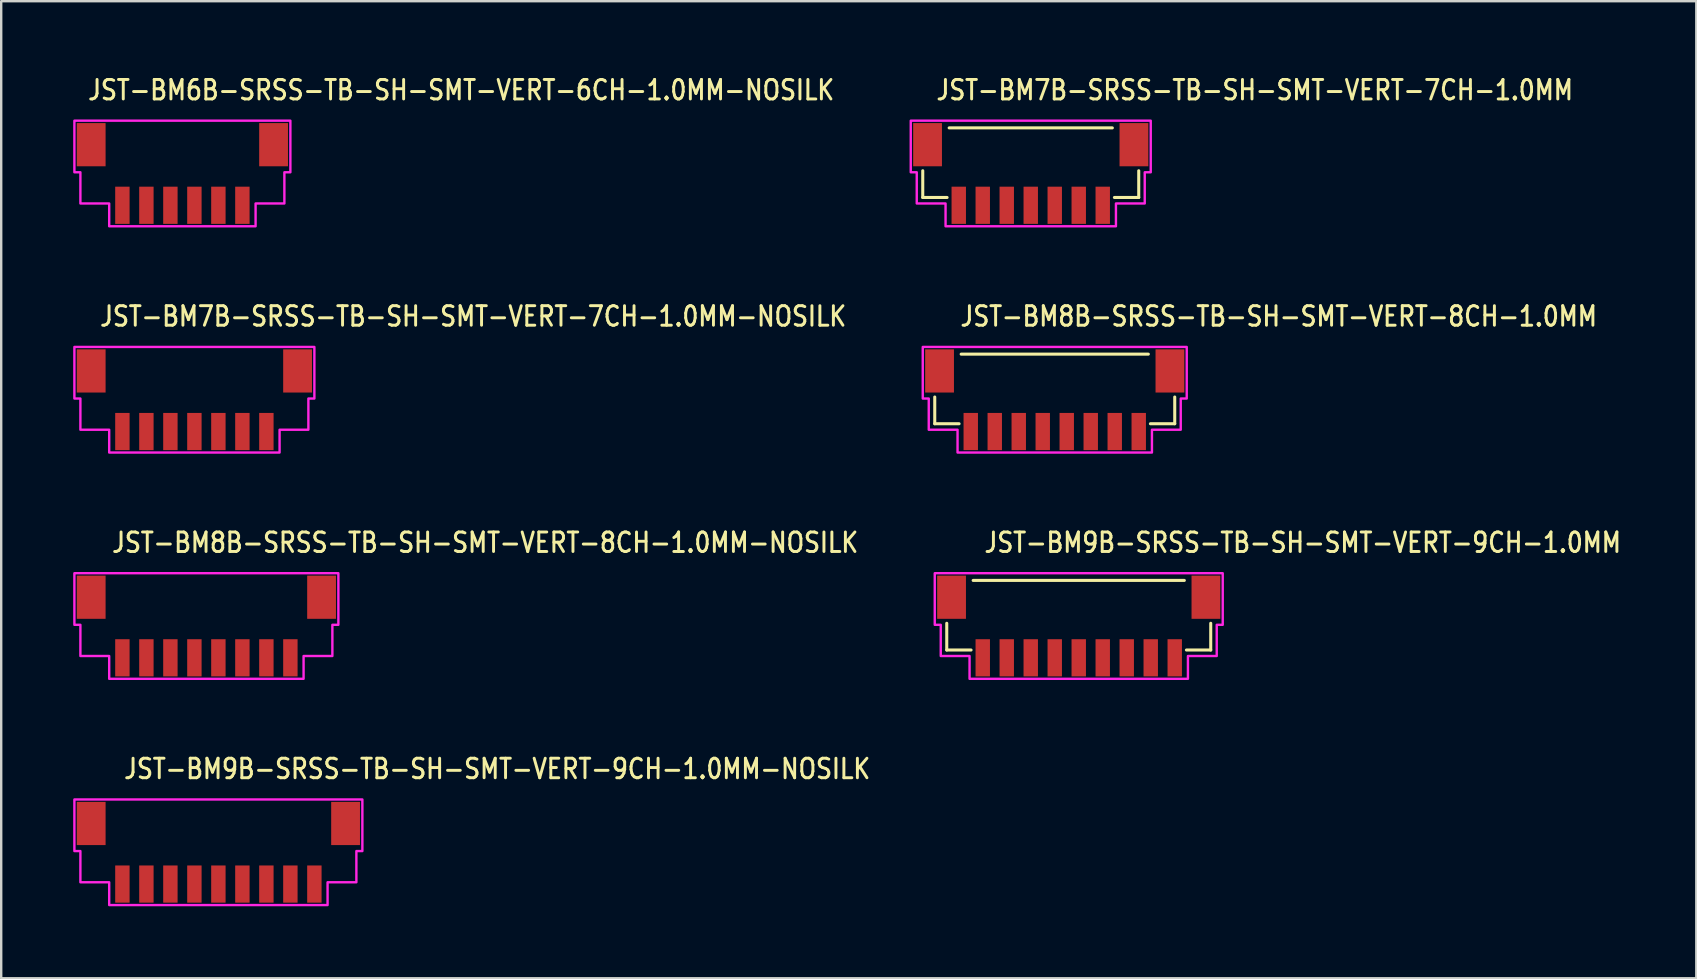
<source format=kicad_pcb>
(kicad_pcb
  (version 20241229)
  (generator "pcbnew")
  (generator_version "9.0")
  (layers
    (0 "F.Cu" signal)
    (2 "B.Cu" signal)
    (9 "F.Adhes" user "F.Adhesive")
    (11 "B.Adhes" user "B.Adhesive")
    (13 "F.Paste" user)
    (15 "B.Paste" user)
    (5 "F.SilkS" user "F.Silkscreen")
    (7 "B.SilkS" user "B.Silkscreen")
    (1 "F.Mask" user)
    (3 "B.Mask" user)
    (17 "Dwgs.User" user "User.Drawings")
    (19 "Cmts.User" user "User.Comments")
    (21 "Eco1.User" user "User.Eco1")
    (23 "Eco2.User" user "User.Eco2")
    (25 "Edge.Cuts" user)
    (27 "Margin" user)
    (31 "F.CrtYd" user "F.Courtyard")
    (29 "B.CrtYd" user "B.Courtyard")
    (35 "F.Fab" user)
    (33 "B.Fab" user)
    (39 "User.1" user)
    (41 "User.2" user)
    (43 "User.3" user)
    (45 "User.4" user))
  (footprint "JST-BM7B-SRSS-TB-SH-SMT-VERT-7CH-1.0MM"
    (layer "F.Cu")
    (at 39.901 4.179)
    (property "Reference" "JST-BM7B-SRSS-TB-SH-SMT-VERT-7CH-1.0MM" (at -4 -3 0) (unlocked yes) (layer "F.SilkS") (effects (font (size 0.813 0.695) (thickness 0.122)) (justify left bottom)))
    (fp_line (start -4.5 -0.114) (end -4.5 1) (stroke (width 0.127) (type solid)) (layer "F.SilkS"))
    (fp_line (start -4.5 1) (end -3.486 1) (stroke (width 0.127) (type solid)) (layer "F.SilkS"))
    (fp_line (start -3.4 -1.9) (end 3.4 -1.9) (stroke (width 0.127) (type solid)) (layer "F.SilkS"))
    (fp_line (start 3.486 1) (end 4.5 1) (stroke (width 0.127) (type solid)) (layer "F.SilkS"))
    (fp_line (start 4.5 1) (end 4.5 -0.114) (stroke (width 0.127) (type solid)) (layer "F.SilkS"))
    (fp_poly (pts (xy -5 -2.2) (xy -5 -0.05) (xy -4.75 -0.05) (xy -4.75 1.25) (xy -3.55 1.25) (xy -3.55 2.2) (xy 3.55 2.2) (xy 3.55 1.25) (xy 4.75 1.25) (xy 4.75 -0.05) (xy 5 -0.05) (xy 5 -2.2)) (stroke (width 0.1) (type solid)) (fill no) (layer "F.CrtYd"))
    (pad "1" smd rect (at -3 1.325) (size 0.6 1.55) (layers "F.Cu" "F.Mask" "F.Paste"))
    (pad "2" smd rect (at -2 1.325) (size 0.6 1.55) (layers "F.Cu" "F.Mask" "F.Paste"))
    (pad "3" smd rect (at -1 1.325) (size 0.6 1.55) (layers "F.Cu" "F.Mask" "F.Paste"))
    (pad "4" smd rect (at 0 1.325) (size 0.6 1.55) (layers "F.Cu" "F.Mask" "F.Paste"))
    (pad "5" smd rect (at 1 1.325) (size 0.6 1.55) (layers "F.Cu" "F.Mask" "F.Paste"))
    (pad "6" smd rect (at 2 1.325) (size 0.6 1.55) (layers "F.Cu" "F.Mask" "F.Paste"))
    (pad "7" smd rect (at 3 1.325) (size 0.6 1.55) (layers "F.Cu" "F.Mask" "F.Paste"))
    (pad "S_7" smd rect (at 4.3 -1.2) (size 1.2 1.8) (layers "F.Cu" "F.Mask" "F.Paste"))
    (pad "S_8" smd rect (at -4.3 -1.2) (size 1.2 1.8) (layers "F.Cu" "F.Mask" "F.Paste")))
  (footprint "JST-BM6B-SRSS-TB-SH-SMT-VERT-6CH-1.0MM-NOSILK"
    (layer "F.Cu")
    (at 4.55 4.179)
    (property "Reference" "JST-BM6B-SRSS-TB-SH-SMT-VERT-6CH-1.0MM-NOSILK" (at -4 -3 0) (unlocked yes) (layer "F.SilkS") (effects (font (size 0.813 0.695) (thickness 0.122)) (justify left bottom)))
    (fp_poly (pts (xy -4.5 -2.2) (xy -4.5 -0.05) (xy -4.25 -0.05) (xy -4.25 1.25) (xy -3.05 1.25) (xy -3.05 2.2) (xy 3.05 2.2) (xy 3.05 1.25) (xy 4.25 1.25) (xy 4.25 -0.05) (xy 4.5 -0.05) (xy 4.5 -2.2)) (stroke (width 0.1) (type solid)) (fill no) (layer "F.CrtYd"))
    (pad "1" smd rect (at -2.5 1.325) (size 0.6 1.55) (layers "F.Cu" "F.Mask" "F.Paste"))
    (pad "2" smd rect (at -1.5 1.325) (size 0.6 1.55) (layers "F.Cu" "F.Mask" "F.Paste"))
    (pad "3" smd rect (at -0.5 1.325) (size 0.6 1.55) (layers "F.Cu" "F.Mask" "F.Paste"))
    (pad "4" smd rect (at 0.5 1.325) (size 0.6 1.55) (layers "F.Cu" "F.Mask" "F.Paste"))
    (pad "5" smd rect (at 1.5 1.325) (size 0.6 1.55) (layers "F.Cu" "F.Mask" "F.Paste"))
    (pad "6" smd rect (at 2.5 1.325) (size 0.6 1.55) (layers "F.Cu" "F.Mask" "F.Paste"))
    (pad "S_6" smd rect (at 3.8 -1.2) (size 1.2 1.8) (layers "F.Cu" "F.Mask" "F.Paste"))
    (pad "S_7" smd rect (at -3.8 -1.2) (size 1.2 1.8) (layers "F.Cu" "F.Mask" "F.Paste")))
  (footprint "JST-BM9B-SRSS-TB-SH-SMT-VERT-9CH-1.0MM"
    (layer "F.Cu")
    (at 41.901 23.036)
    (property "Reference" "JST-BM9B-SRSS-TB-SH-SMT-VERT-9CH-1.0MM" (at -4 -3 0) (unlocked yes) (layer "F.SilkS") (effects (font (size 0.813 0.695) (thickness 0.122)) (justify left bottom)))
    (fp_line (start -5.5 -0.114) (end -5.5 1) (stroke (width 0.127) (type solid)) (layer "F.SilkS"))
    (fp_line (start -5.5 1) (end -4.487 1) (stroke (width 0.127) (type solid)) (layer "F.SilkS"))
    (fp_line (start -4.4 -1.9) (end 4.4 -1.9) (stroke (width 0.127) (type solid)) (layer "F.SilkS"))
    (fp_line (start 4.487 1) (end 5.5 1) (stroke (width 0.127) (type solid)) (layer "F.SilkS"))
    (fp_line (start 5.5 1) (end 5.5 -0.114) (stroke (width 0.127) (type solid)) (layer "F.SilkS"))
    (fp_poly (pts (xy -6 -2.2) (xy -6 -0.05) (xy -5.75 -0.05) (xy -5.75 1.25) (xy -4.55 1.25) (xy -4.55 2.2) (xy 4.55 2.2) (xy 4.55 1.25) (xy 5.75 1.25) (xy 5.75 -0.05) (xy 6 -0.05) (xy 6 -2.2)) (stroke (width 0.1) (type solid)) (fill no) (layer "F.CrtYd"))
    (pad "1" smd rect (at -4 1.325) (size 0.6 1.55) (layers "F.Cu" "F.Mask" "F.Paste"))
    (pad "2" smd rect (at -3 1.325) (size 0.6 1.55) (layers "F.Cu" "F.Mask" "F.Paste"))
    (pad "3" smd rect (at -2 1.325) (size 0.6 1.55) (layers "F.Cu" "F.Mask" "F.Paste"))
    (pad "4" smd rect (at -1 1.325) (size 0.6 1.55) (layers "F.Cu" "F.Mask" "F.Paste"))
    (pad "5" smd rect (at 0 1.325) (size 0.6 1.55) (layers "F.Cu" "F.Mask" "F.Paste"))
    (pad "6" smd rect (at 1 1.325) (size 0.6 1.55) (layers "F.Cu" "F.Mask" "F.Paste"))
    (pad "7" smd rect (at 2 1.325) (size 0.6 1.55) (layers "F.Cu" "F.Mask" "F.Paste"))
    (pad "8" smd rect (at 3 1.325) (size 0.6 1.55) (layers "F.Cu" "F.Mask" "F.Paste"))
    (pad "9" smd rect (at 4 1.325) (size 0.6 1.55) (layers "F.Cu" "F.Mask" "F.Paste"))
    (pad "S_9" smd rect (at 5.3 -1.2) (size 1.2 1.8) (layers "F.Cu" "F.Mask" "F.Paste"))
    (pad "S_10" smd rect (at -5.3 -1.2) (size 1.2 1.8) (layers "F.Cu" "F.Mask" "F.Paste")))
  (footprint "JST-BM8B-SRSS-TB-SH-SMT-VERT-8CH-1.0MM"
    (layer "F.Cu")
    (at 40.901 13.607)
    (property "Reference" "JST-BM8B-SRSS-TB-SH-SMT-VERT-8CH-1.0MM" (at -4 -3 0) (unlocked yes) (layer "F.SilkS") (effects (font (size 0.813 0.695) (thickness 0.122)) (justify left bottom)))
    (fp_line (start -5 -0.114) (end -5 1) (stroke (width 0.127) (type solid)) (layer "F.SilkS"))
    (fp_line (start -5 1) (end -3.986 1) (stroke (width 0.127) (type solid)) (layer "F.SilkS"))
    (fp_line (start -3.9 -1.9) (end 3.9 -1.9) (stroke (width 0.127) (type solid)) (layer "F.SilkS"))
    (fp_line (start 3.986 1) (end 5 1) (stroke (width 0.127) (type solid)) (layer "F.SilkS"))
    (fp_line (start 5 1) (end 5 -0.114) (stroke (width 0.127) (type solid)) (layer "F.SilkS"))
    (fp_poly (pts (xy -5.5 -2.2) (xy -5.5 -0.05) (xy -5.25 -0.05) (xy -5.25 1.25) (xy -4.05 1.25) (xy -4.05 2.2) (xy 4.05 2.2) (xy 4.05 1.25) (xy 5.25 1.25) (xy 5.25 -0.05) (xy 5.5 -0.05) (xy 5.5 -2.2)) (stroke (width 0.1) (type solid)) (fill no) (layer "F.CrtYd"))
    (pad "1" smd rect (at -3.5 1.325) (size 0.6 1.55) (layers "F.Cu" "F.Mask" "F.Paste"))
    (pad "2" smd rect (at -2.5 1.325) (size 0.6 1.55) (layers "F.Cu" "F.Mask" "F.Paste"))
    (pad "3" smd rect (at -1.5 1.325) (size 0.6 1.55) (layers "F.Cu" "F.Mask" "F.Paste"))
    (pad "4" smd rect (at -0.5 1.325) (size 0.6 1.55) (layers "F.Cu" "F.Mask" "F.Paste"))
    (pad "5" smd rect (at 0.5 1.325) (size 0.6 1.55) (layers "F.Cu" "F.Mask" "F.Paste"))
    (pad "6" smd rect (at 1.5 1.325) (size 0.6 1.55) (layers "F.Cu" "F.Mask" "F.Paste"))
    (pad "7" smd rect (at 2.5 1.325) (size 0.6 1.55) (layers "F.Cu" "F.Mask" "F.Paste"))
    (pad "8" smd rect (at 3.5 1.325) (size 0.6 1.55) (layers "F.Cu" "F.Mask" "F.Paste"))
    (pad "S_8" smd rect (at 4.8 -1.2) (size 1.2 1.8) (layers "F.Cu" "F.Mask" "F.Paste"))
    (pad "S_9" smd rect (at -4.8 -1.2) (size 1.2 1.8) (layers "F.Cu" "F.Mask" "F.Paste")))
  (footprint "JST-BM7B-SRSS-TB-SH-SMT-VERT-7CH-1.0MM-NOSILK"
    (layer "F.Cu")
    (at 5.05 13.607)
    (property "Reference" "JST-BM7B-SRSS-TB-SH-SMT-VERT-7CH-1.0MM-NOSILK" (at -4 -3 0) (unlocked yes) (layer "F.SilkS") (effects (font (size 0.813 0.695) (thickness 0.122)) (justify left bottom)))
    (fp_poly (pts (xy -5 -2.2) (xy -5 -0.05) (xy -4.75 -0.05) (xy -4.75 1.25) (xy -3.55 1.25) (xy -3.55 2.2) (xy 3.55 2.2) (xy 3.55 1.25) (xy 4.75 1.25) (xy 4.75 -0.05) (xy 5 -0.05) (xy 5 -2.2)) (stroke (width 0.1) (type solid)) (fill no) (layer "F.CrtYd"))
    (pad "1" smd rect (at -3 1.325) (size 0.6 1.55) (layers "F.Cu" "F.Mask" "F.Paste"))
    (pad "2" smd rect (at -2 1.325) (size 0.6 1.55) (layers "F.Cu" "F.Mask" "F.Paste"))
    (pad "3" smd rect (at -1 1.325) (size 0.6 1.55) (layers "F.Cu" "F.Mask" "F.Paste"))
    (pad "4" smd rect (at 0 1.325) (size 0.6 1.55) (layers "F.Cu" "F.Mask" "F.Paste"))
    (pad "5" smd rect (at 1 1.325) (size 0.6 1.55) (layers "F.Cu" "F.Mask" "F.Paste"))
    (pad "6" smd rect (at 2 1.325) (size 0.6 1.55) (layers "F.Cu" "F.Mask" "F.Paste"))
    (pad "7" smd rect (at 3 1.325) (size 0.6 1.55) (layers "F.Cu" "F.Mask" "F.Paste"))
    (pad "S_7" smd rect (at 4.3 -1.2) (size 1.2 1.8) (layers "F.Cu" "F.Mask" "F.Paste"))
    (pad "S_8" smd rect (at -4.3 -1.2) (size 1.2 1.8) (layers "F.Cu" "F.Mask" "F.Paste")))
  (footprint "JST-BM9B-SRSS-TB-SH-SMT-VERT-9CH-1.0MM-NOSILK"
    (layer "F.Cu")
    (at 6.05 32.464)
    (property "Reference" "JST-BM9B-SRSS-TB-SH-SMT-VERT-9CH-1.0MM-NOSILK" (at -4 -3 0) (unlocked yes) (layer "F.SilkS") (effects (font (size 0.813 0.695) (thickness 0.122)) (justify left bottom)))
    (fp_poly (pts (xy -6 -2.2) (xy -6 -0.05) (xy -5.75 -0.05) (xy -5.75 1.25) (xy -4.55 1.25) (xy -4.55 2.2) (xy 4.55 2.2) (xy 4.55 1.25) (xy 5.75 1.25) (xy 5.75 -0.05) (xy 6 -0.05) (xy 6 -2.2)) (stroke (width 0.1) (type solid)) (fill no) (layer "F.CrtYd"))
    (pad "1" smd rect (at -4 1.325) (size 0.6 1.55) (layers "F.Cu" "F.Mask" "F.Paste"))
    (pad "2" smd rect (at -3 1.325) (size 0.6 1.55) (layers "F.Cu" "F.Mask" "F.Paste"))
    (pad "3" smd rect (at -2 1.325) (size 0.6 1.55) (layers "F.Cu" "F.Mask" "F.Paste"))
    (pad "4" smd rect (at -1 1.325) (size 0.6 1.55) (layers "F.Cu" "F.Mask" "F.Paste"))
    (pad "5" smd rect (at 0 1.325) (size 0.6 1.55) (layers "F.Cu" "F.Mask" "F.Paste"))
    (pad "6" smd rect (at 1 1.325) (size 0.6 1.55) (layers "F.Cu" "F.Mask" "F.Paste"))
    (pad "7" smd rect (at 2 1.325) (size 0.6 1.55) (layers "F.Cu" "F.Mask" "F.Paste"))
    (pad "8" smd rect (at 3 1.325) (size 0.6 1.55) (layers "F.Cu" "F.Mask" "F.Paste"))
    (pad "9" smd rect (at 4 1.325) (size 0.6 1.55) (layers "F.Cu" "F.Mask" "F.Paste"))
    (pad "S_9" smd rect (at 5.3 -1.2) (size 1.2 1.8) (layers "F.Cu" "F.Mask" "F.Paste"))
    (pad "S_10" smd rect (at -5.3 -1.2) (size 1.2 1.8) (layers "F.Cu" "F.Mask" "F.Paste")))
  (footprint "JST-BM8B-SRSS-TB-SH-SMT-VERT-8CH-1.0MM-NOSILK"
    (layer "F.Cu")
    (at 5.55 23.036)
    (property "Reference" "JST-BM8B-SRSS-TB-SH-SMT-VERT-8CH-1.0MM-NOSILK" (at -4 -3 0) (unlocked yes) (layer "F.SilkS") (effects (font (size 0.813 0.695) (thickness 0.122)) (justify left bottom)))
    (fp_poly (pts (xy -5.5 -2.2) (xy -5.5 -0.05) (xy -5.25 -0.05) (xy -5.25 1.25) (xy -4.05 1.25) (xy -4.05 2.2) (xy 4.05 2.2) (xy 4.05 1.25) (xy 5.25 1.25) (xy 5.25 -0.05) (xy 5.5 -0.05) (xy 5.5 -2.2)) (stroke (width 0.1) (type solid)) (fill no) (layer "F.CrtYd"))
    (pad "1" smd rect (at -3.5 1.325) (size 0.6 1.55) (layers "F.Cu" "F.Mask" "F.Paste"))
    (pad "2" smd rect (at -2.5 1.325) (size 0.6 1.55) (layers "F.Cu" "F.Mask" "F.Paste"))
    (pad "3" smd rect (at -1.5 1.325) (size 0.6 1.55) (layers "F.Cu" "F.Mask" "F.Paste"))
    (pad "4" smd rect (at -0.5 1.325) (size 0.6 1.55) (layers "F.Cu" "F.Mask" "F.Paste"))
    (pad "5" smd rect (at 0.5 1.325) (size 0.6 1.55) (layers "F.Cu" "F.Mask" "F.Paste"))
    (pad "6" smd rect (at 1.5 1.325) (size 0.6 1.55) (layers "F.Cu" "F.Mask" "F.Paste"))
    (pad "7" smd rect (at 2.5 1.325) (size 0.6 1.55) (layers "F.Cu" "F.Mask" "F.Paste"))
    (pad "8" smd rect (at 3.5 1.325) (size 0.6 1.55) (layers "F.Cu" "F.Mask" "F.Paste"))
    (pad "S_8" smd rect (at 4.8 -1.2) (size 1.2 1.8) (layers "F.Cu" "F.Mask" "F.Paste"))
    (pad "S_9" smd rect (at -4.8 -1.2) (size 1.2 1.8) (layers "F.Cu" "F.Mask" "F.Paste")))
  (gr_rect
    (start -3 -3)
    (end 67.635 37.714)
    (stroke (width 0.1) (type default))
    (fill no)
    (layer "Edge.Cuts")))
</source>
